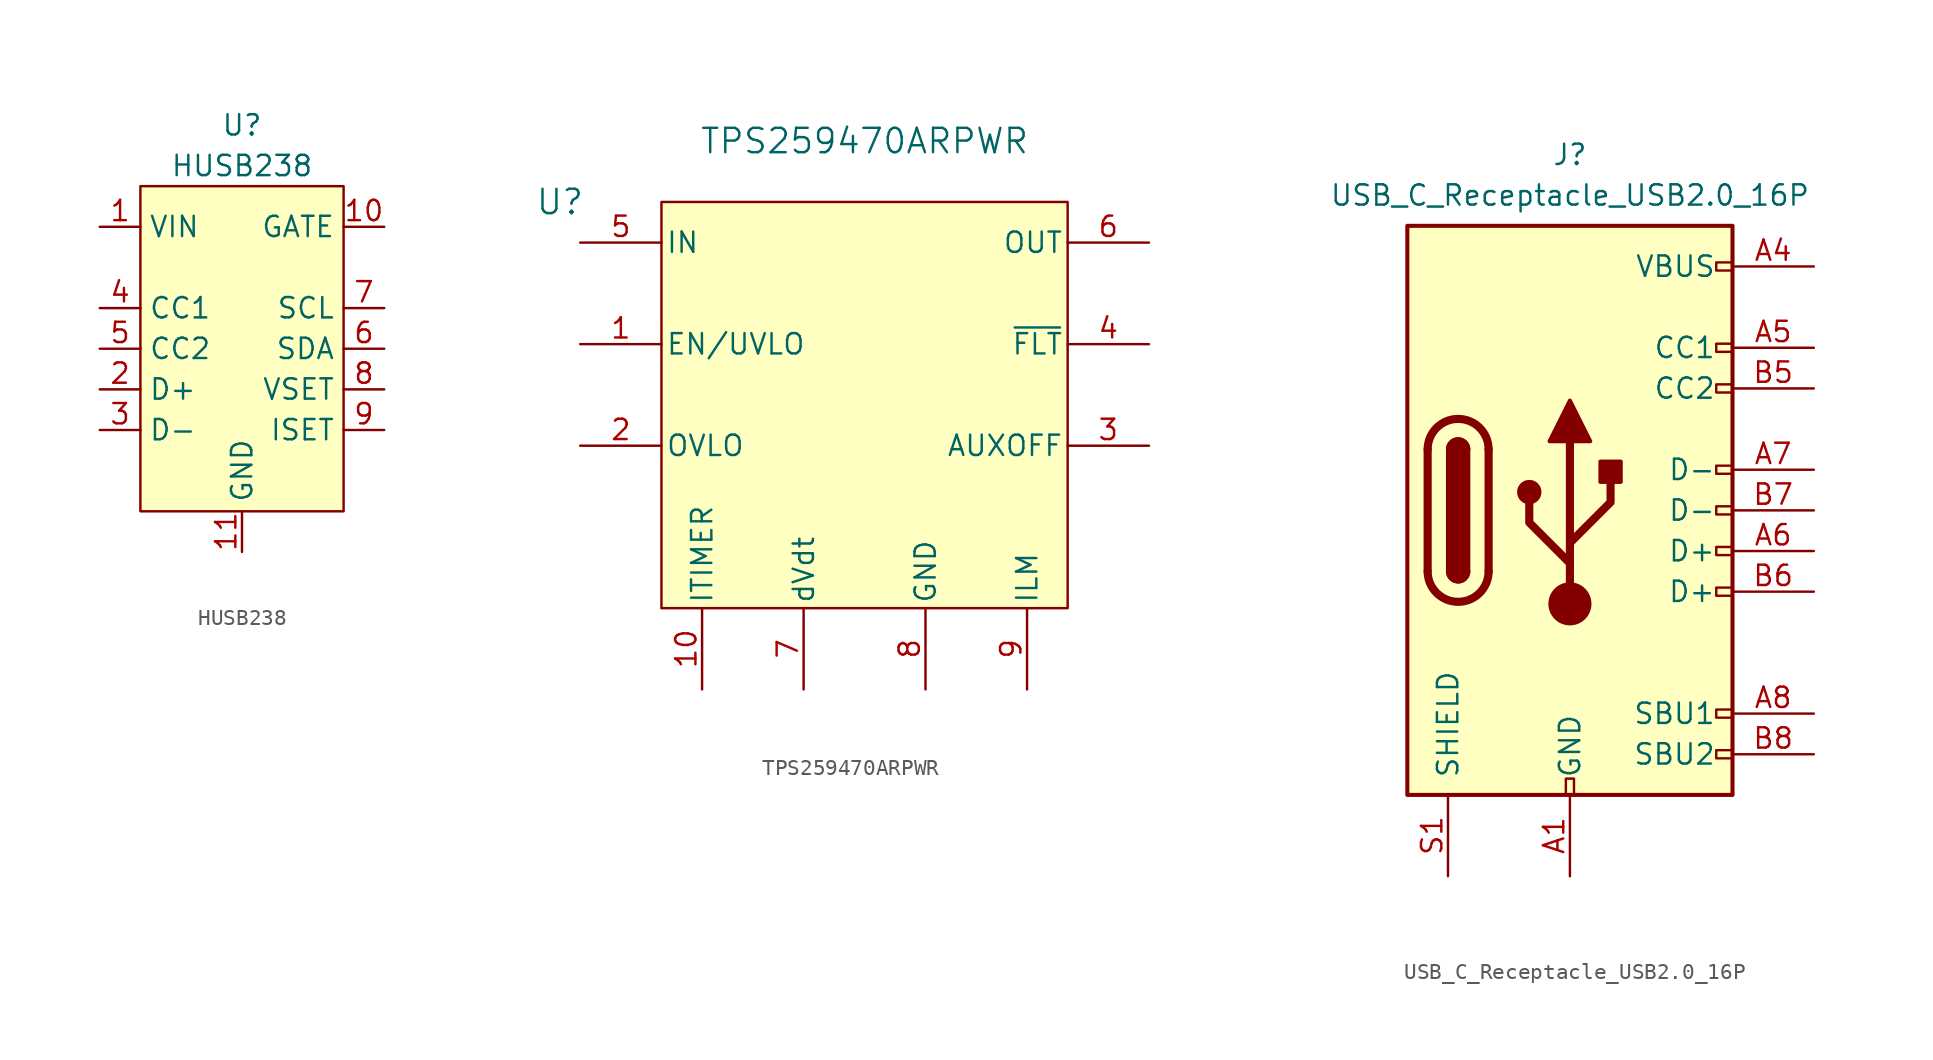
<source format=kicad_sym>
(kicad_symbol_lib
  (version 20220914)
  (generator kicad_symbol_editor)
  (symbol "HUSB238"
    (property "Reference" "U"
      (at 0 13.97 0)
      (effects (font (size 1.27 1.27))))
    (property "Value" "HUSB238"
      (at 0 11.43 0)
      (effects (font (size 1.27 1.27))))
    (symbol "HUSB238_0_0"
      (pin power_in line (at -8.89 7.62 0) (length 2.54) (name "VIN" (effects (font (size 1.27 1.27)))) (number "1" (effects (font (size 1.27 1.27)))))
      (pin output line (at 8.89 7.62 180) (length 2.54) (name "GATE" (effects (font (size 1.27 1.27)))) (number "10" (effects (font (size 1.27 1.27)))))
      (pin power_in line (at 0 -12.7 90) (length 2.54) (name "GND" (effects (font (size 1.27 1.27)))) (number "11" (effects (font (size 1.27 1.27)))))
      (pin bidirectional line (at -8.89 -2.54 0) (length 2.54) (name "D+" (effects (font (size 1.27 1.27)))) (number "2" (effects (font (size 1.27 1.27)))))
      (pin bidirectional line (at -8.89 -5.08 0) (length 2.54) (name "D-" (effects (font (size 1.27 1.27)))) (number "3" (effects (font (size 1.27 1.27)))))
      (pin bidirectional line (at -8.89 2.54 0) (length 2.54) (name "CC1" (effects (font (size 1.27 1.27)))) (number "4" (effects (font (size 1.27 1.27)))))
      (pin bidirectional line (at -8.89 0 0) (length 2.54) (name "CC2" (effects (font (size 1.27 1.27)))) (number "5" (effects (font (size 1.27 1.27)))))
      (pin input line (at 8.89 0 180) (length 2.54) (name "SDA" (effects (font (size 1.27 1.27)))) (number "6" (effects (font (size 1.27 1.27)))))
      (pin input line (at 8.89 2.54 180) (length 2.54) (name "SCL" (effects (font (size 1.27 1.27)))) (number "7" (effects (font (size 1.27 1.27)))))
      (pin bidirectional line (at 8.89 -2.54 180) (length 2.54) (name "VSET" (effects (font (size 1.27 1.27)))) (number "8" (effects (font (size 1.27 1.27)))))
      (pin bidirectional line (at 8.89 -5.08 180) (length 2.54) (name "ISET" (effects (font (size 1.27 1.27)))) (number "9" (effects (font (size 1.27 1.27))))))
    (symbol "HUSB238_1_1"
      (rectangle (start -6.35 10.16) (end 6.35 -10.16) (stroke (width 0) (type default)) (fill (type background)))))
  (symbol "TPS259470ARPWR"
    (pin_names
      (offset 0.254))
    (property "Reference" "U"
      (at -19.05 12.7 0)
      (effects (font (size 1.524 1.524))))
    (property "Value" "TPS259470ARPWR"
      (at 0 16.51 0)
      (effects (font (size 1.524 1.524))))
    (symbol "TPS259470ARPWR_0_1"
      (pin output line (at -10.16 -17.78 90) (length 5.08) (name "ITIMER" (effects (font (size 1.27 1.27)))) (number "10" (effects (font (size 1.27 1.27)))))
      (pin power_in line (at -17.78 10.16 0) (length 5.08) (name "IN" (effects (font (size 1.27 1.27)))) (number "5" (effects (font (size 1.27 1.27)))))
      (pin output line (at -3.81 -17.78 90) (length 5.08) (name "dVdt" (effects (font (size 1.27 1.27)))) (number "7" (effects (font (size 1.27 1.27)))))
      (pin power_in line (at 3.81 -17.78 90) (length 5.08) (name "GND" (effects (font (size 1.27 1.27)))) (number "8" (effects (font (size 1.27 1.27)))))
      (pin output line (at 10.16 -17.78 90) (length 5.08) (name "ILM" (effects (font (size 1.27 1.27)))) (number "9" (effects (font (size 1.27 1.27))))))
    (symbol "TPS259470ARPWR_1_1"
      (rectangle (start -12.7 12.7) (end 12.7 -12.7) (stroke (width 0) (type default)) (fill (type background)))
      (pin input line (at -17.78 3.81 0) (length 5.08) (name "EN/UVLO" (effects (font (size 1.27 1.27)))) (number "1" (effects (font (size 1.27 1.27)))))
      (pin input line (at -17.78 -2.54 0) (length 5.08) (name "OVLO" (effects (font (size 1.27 1.27)))) (number "2" (effects (font (size 1.27 1.27)))))
      (pin output line (at 17.78 -2.54 180) (length 5.08) (name "AUXOFF" (effects (font (size 1.27 1.27)))) (number "3" (effects (font (size 1.27 1.27)))))
      (pin output line (at 17.78 3.81 180) (length 5.08) (name "~{FLT}" (effects (font (size 1.27 1.27)))) (number "4" (effects (font (size 1.27 1.27)))))
      (pin power_out line (at 17.78 10.16 180) (length 5.08) (name "OUT" (effects (font (size 1.27 1.27)))) (number "6" (effects (font (size 1.27 1.27)))))))
  (symbol "USB_C_Receptacle_USB2.0_16P"
    (pin_names
      (offset 1.016))
    (property "Reference" "J"
      (at 0 22.225 0)
      (effects (font (size 1.27 1.27))))
    (property "Value" "USB_C_Receptacle_USB2.0_16P"
      (at 0 19.685 0)
      (effects (font (size 1.27 1.27))))
    (symbol "USB_C_Receptacle_USB2.0_16P_0_0"
      (rectangle (start -0.254 -17.78) (end 0.254 -16.764) (stroke (width 0) (type default)) (fill (type none)))
      (rectangle (start 10.16 -14.986) (end 9.144 -15.494) (stroke (width 0) (type default)) (fill (type none)))
      (rectangle (start 10.16 -12.446) (end 9.144 -12.954) (stroke (width 0) (type default)) (fill (type none)))
      (rectangle (start 10.16 -4.826) (end 9.144 -5.334) (stroke (width 0) (type default)) (fill (type none)))
      (rectangle (start 10.16 -2.286) (end 9.144 -2.794) (stroke (width 0) (type default)) (fill (type none)))
      (rectangle (start 10.16 0.254) (end 9.144 -0.254) (stroke (width 0) (type default)) (fill (type none)))
      (rectangle (start 10.16 2.794) (end 9.144 2.286) (stroke (width 0) (type default)) (fill (type none)))
      (rectangle (start 10.16 7.874) (end 9.144 7.366) (stroke (width 0) (type default)) (fill (type none)))
      (rectangle (start 10.16 10.414) (end 9.144 9.906) (stroke (width 0) (type default)) (fill (type none)))
      (rectangle (start 10.16 15.494) (end 9.144 14.986) (stroke (width 0) (type default)) (fill (type none))))
    (symbol "USB_C_Receptacle_USB2.0_16P_0_1"
      (rectangle (start -10.16 17.78) (end 10.16 -17.78) (stroke (width 0.254) (type default)) (fill (type background)))
      (arc (start -8.89 -3.81) (mid -6.985 -5.7067) (end -5.08 -3.81) (stroke (width 0.508) (type default)) (fill (type none)))
      (arc (start -7.62 -3.81) (mid -6.985 -4.4423) (end -6.35 -3.81) (stroke (width 0.254) (type default)) (fill (type none)))
      (arc (start -7.62 -3.81) (mid -6.985 -4.4423) (end -6.35 -3.81) (stroke (width 0.254) (type default)) (fill (type outline)))
      (rectangle (start -7.62 -3.81) (end -6.35 3.81) (stroke (width 0.254) (type default)) (fill (type outline)))
      (arc (start -6.35 3.81) (mid -6.985 4.4423) (end -7.62 3.81) (stroke (width 0.254) (type default)) (fill (type none)))
      (arc (start -6.35 3.81) (mid -6.985 4.4423) (end -7.62 3.81) (stroke (width 0.254) (type default)) (fill (type outline)))
      (arc (start -5.08 3.81) (mid -6.985 5.7067) (end -8.89 3.81) (stroke (width 0.508) (type default)) (fill (type none)))
      (circle (center -2.54 1.143) (radius 0.635) (stroke (width 0.254) (type default)) (fill (type outline)))
      (circle (center 0 -5.842) (radius 1.27) (stroke (width 0) (type default)) (fill (type outline)))
      (polyline (pts (xy -8.89 -3.81) (xy -8.89 3.81)) (stroke (width 0.508) (type default)) (fill (type none)))
      (polyline (pts (xy -5.08 3.81) (xy -5.08 -3.81)) (stroke (width 0.508) (type default)) (fill (type none)))
      (polyline (pts (xy 0 -5.842) (xy 0 4.318)) (stroke (width 0.508) (type default)) (fill (type none)))
      (polyline (pts (xy 0 -3.302) (xy -2.54 -0.762) (xy -2.54 0.508)) (stroke (width 0.508) (type default)) (fill (type none)))
      (polyline (pts (xy 0 -2.032) (xy 2.54 0.508) (xy 2.54 1.778)) (stroke (width 0.508) (type default)) (fill (type none)))
      (polyline (pts (xy -1.27 4.318) (xy 0 6.858) (xy 1.27 4.318) (xy -1.27 4.318)) (stroke (width 0.254) (type default)) (fill (type outline)))
      (rectangle (start 1.905 1.778) (end 3.175 3.048) (stroke (width 0.254) (type default)) (fill (type outline))))
    (symbol "USB_C_Receptacle_USB2.0_16P_1_1"
      (pin passive line (at 0 -22.86 90) (length 5.08) (name "GND" (effects (font (size 1.27 1.27)))) (number "A1" (effects (font (size 1.27 1.27)))))
      (pin passive line (at 0 -22.86 90) (length 5.08) hide (name "GND" (effects (font (size 1.27 1.27)))) (number "A12" (effects (font (size 1.27 1.27)))))
      (pin passive line (at 15.24 15.24 180) (length 5.08) (name "VBUS" (effects (font (size 1.27 1.27)))) (number "A4" (effects (font (size 1.27 1.27)))))
      (pin bidirectional line (at 15.24 10.16 180) (length 5.08) (name "CC1" (effects (font (size 1.27 1.27)))) (number "A5" (effects (font (size 1.27 1.27)))))
      (pin bidirectional line (at 15.24 -2.54 180) (length 5.08) (name "D+" (effects (font (size 1.27 1.27)))) (number "A6" (effects (font (size 1.27 1.27)))))
      (pin bidirectional line (at 15.24 2.54 180) (length 5.08) (name "D-" (effects (font (size 1.27 1.27)))) (number "A7" (effects (font (size 1.27 1.27)))))
      (pin bidirectional line (at 15.24 -12.7 180) (length 5.08) (name "SBU1" (effects (font (size 1.27 1.27)))) (number "A8" (effects (font (size 1.27 1.27)))))
      (pin passive line (at 15.24 15.24 180) (length 5.08) hide (name "VBUS" (effects (font (size 1.27 1.27)))) (number "A9" (effects (font (size 1.27 1.27)))))
      (pin bidirectional line (at 15.24 7.62 180) (length 5.08) (name "CC2" (effects (font (size 1.27 1.27)))) (number "B5" (effects (font (size 1.27 1.27)))))
      (pin bidirectional line (at 15.24 -5.08 180) (length 5.08) (name "D+" (effects (font (size 1.27 1.27)))) (number "B6" (effects (font (size 1.27 1.27)))))
      (pin bidirectional line (at 15.24 0 180) (length 5.08) (name "D-" (effects (font (size 1.27 1.27)))) (number "B7" (effects (font (size 1.27 1.27)))))
      (pin bidirectional line (at 15.24 -15.24 180) (length 5.08) (name "SBU2" (effects (font (size 1.27 1.27)))) (number "B8" (effects (font (size 1.27 1.27)))))
      (pin passive line (at -7.62 -22.86 90) (length 5.08) (name "SHIELD" (effects (font (size 1.27 1.27)))) (number "S1" (effects (font (size 1.27 1.27))))))))
</source>
